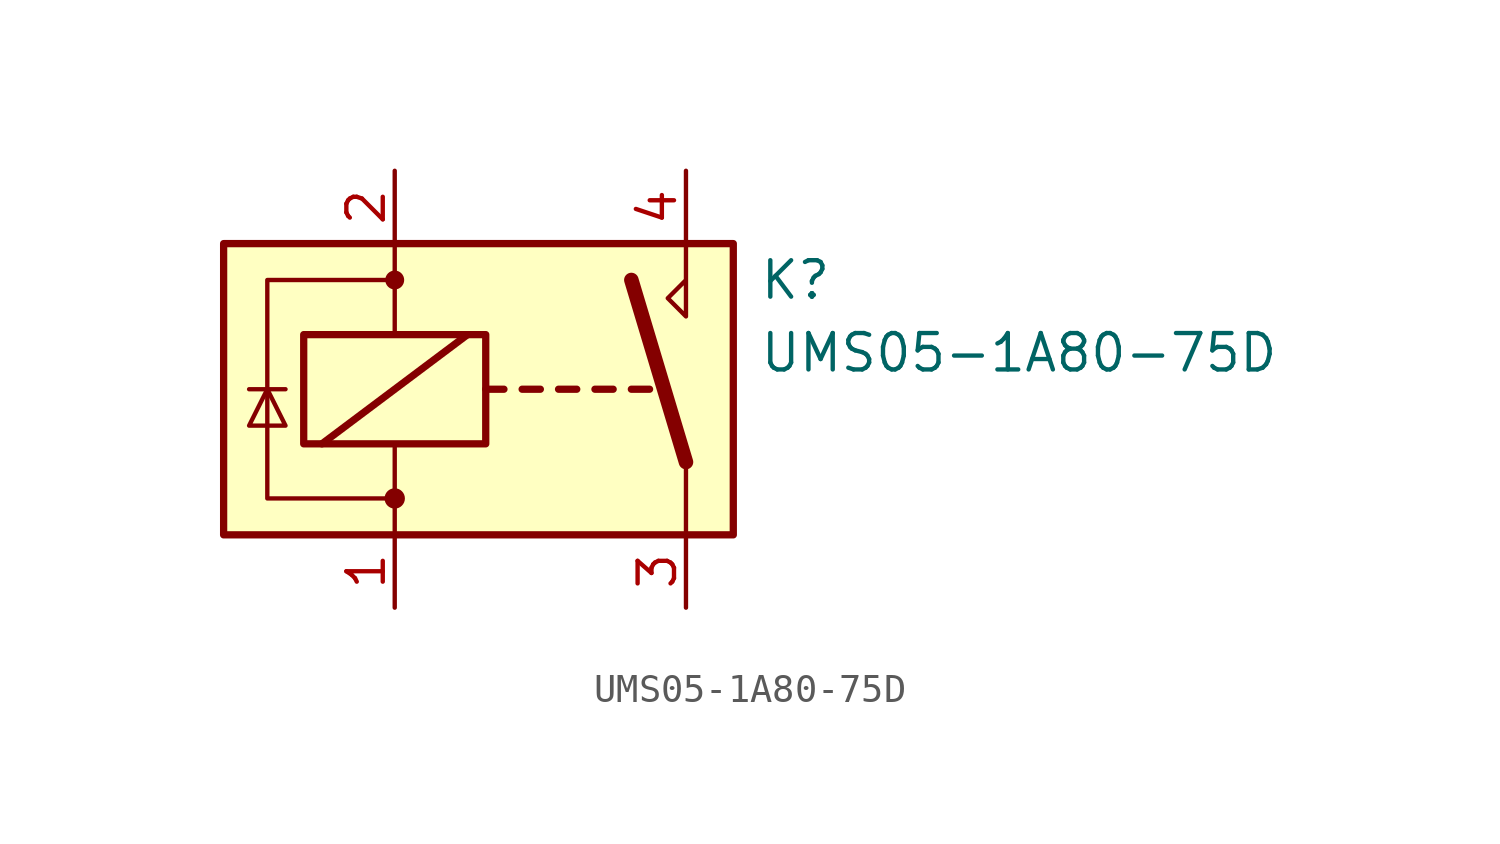
<source format=kicad_sym>
(kicad_symbol_lib
  (version 20210619)
  (generator kicad_symbol_editor)
  (symbol "ums05-1a80-75d:UMS05-1A80-75D"
    (property "Reference" "K"
      (at 7.62 3.81 0)
      (effects (font (size 1.27 1.27)) (justify left)))
    (property "Value" "UMS05-1A80-75D"
      (at 7.62 1.27 0)
      (effects (font (size 1.27 1.27)) (justify left)))
    (symbol "UMS05-1A80-75D_0_0"
      (polyline (pts (xy 5.08 5.08) (xy 5.08 2.54) (xy 4.445 3.175) (xy 5.08 3.81)) (stroke (width 0)) (fill (type none))))
    (symbol "UMS05-1A80-75D_0_1"
      (circle (center -5.08 -3.81) (radius 0.279) (stroke (width 0)) (fill (type outline)))
      (circle (center -5.08 3.81) (radius 0.254) (stroke (width 0)) (fill (type outline)))
      (rectangle (start -8.255 1.905) (end -1.905 -1.905) (stroke (width 0.254)) (fill (type none)))
      (rectangle (start -11.049 5.08) (end 6.731 -5.08) (stroke (width 0.254)) (fill (type background)))
      (polyline (pts (xy -8.89 0) (xy -10.16 0)) (stroke (width 0)) (fill (type none)))
      (polyline (pts (xy -7.62 -1.905) (xy -2.54 1.905)) (stroke (width 0.254)) (fill (type none)))
      (polyline (pts (xy -5.08 -5.08) (xy -5.08 -1.905)) (stroke (width 0)) (fill (type none)))
      (polyline (pts (xy -5.08 5.08) (xy -5.08 1.905)) (stroke (width 0)) (fill (type none)))
      (polyline (pts (xy -1.905 0) (xy -1.27 0)) (stroke (width 0.254)) (fill (type none)))
      (polyline (pts (xy -0.635 0) (xy 0 0)) (stroke (width 0.254)) (fill (type none)))
      (polyline (pts (xy 0.635 0) (xy 1.27 0)) (stroke (width 0.254)) (fill (type none)))
      (polyline (pts (xy 1.905 0) (xy 2.54 0)) (stroke (width 0.254)) (fill (type none)))
      (polyline (pts (xy 3.175 0) (xy 3.81 0)) (stroke (width 0.254)) (fill (type none)))
      (polyline (pts (xy 5.08 -2.54) (xy 3.175 3.81)) (stroke (width 0.508)) (fill (type none)))
      (polyline (pts (xy 5.08 -2.54) (xy 5.08 -5.08)) (stroke (width 0)) (fill (type none)))
      (polyline (pts (xy -9.525 0) (xy -8.89 -1.27) (xy -10.16 -1.27) (xy -9.525 0)) (stroke (width 0)) (fill (type none)))
      (polyline (pts (xy -5.08 3.81) (xy -9.525 3.81) (xy -9.525 -3.81) (xy -5.08 -3.81)) (stroke (width 0)) (fill (type none))))
    (symbol "UMS05-1A80-75D_1_1"
      (pin passive line (at -5.08 -7.62 90) (length 2.54) (name "~" (effects (font (size 1.27 1.27)))) (number "1" (effects (font (size 1.27 1.27)))))
      (pin passive line (at -5.08 7.62 270) (length 2.54) (name "~" (effects (font (size 1.27 1.27)))) (number "2" (effects (font (size 1.27 1.27)))))
      (pin passive line (at 5.08 -7.62 90) (length 2.54) (name "~" (effects (font (size 1.27 1.27)))) (number "3" (effects (font (size 1.27 1.27)))))
      (pin passive line (at 5.08 7.62 270) (length 2.54) (name "~" (effects (font (size 1.27 1.27)))) (number "4" (effects (font (size 1.27 1.27))))))))
</source>
